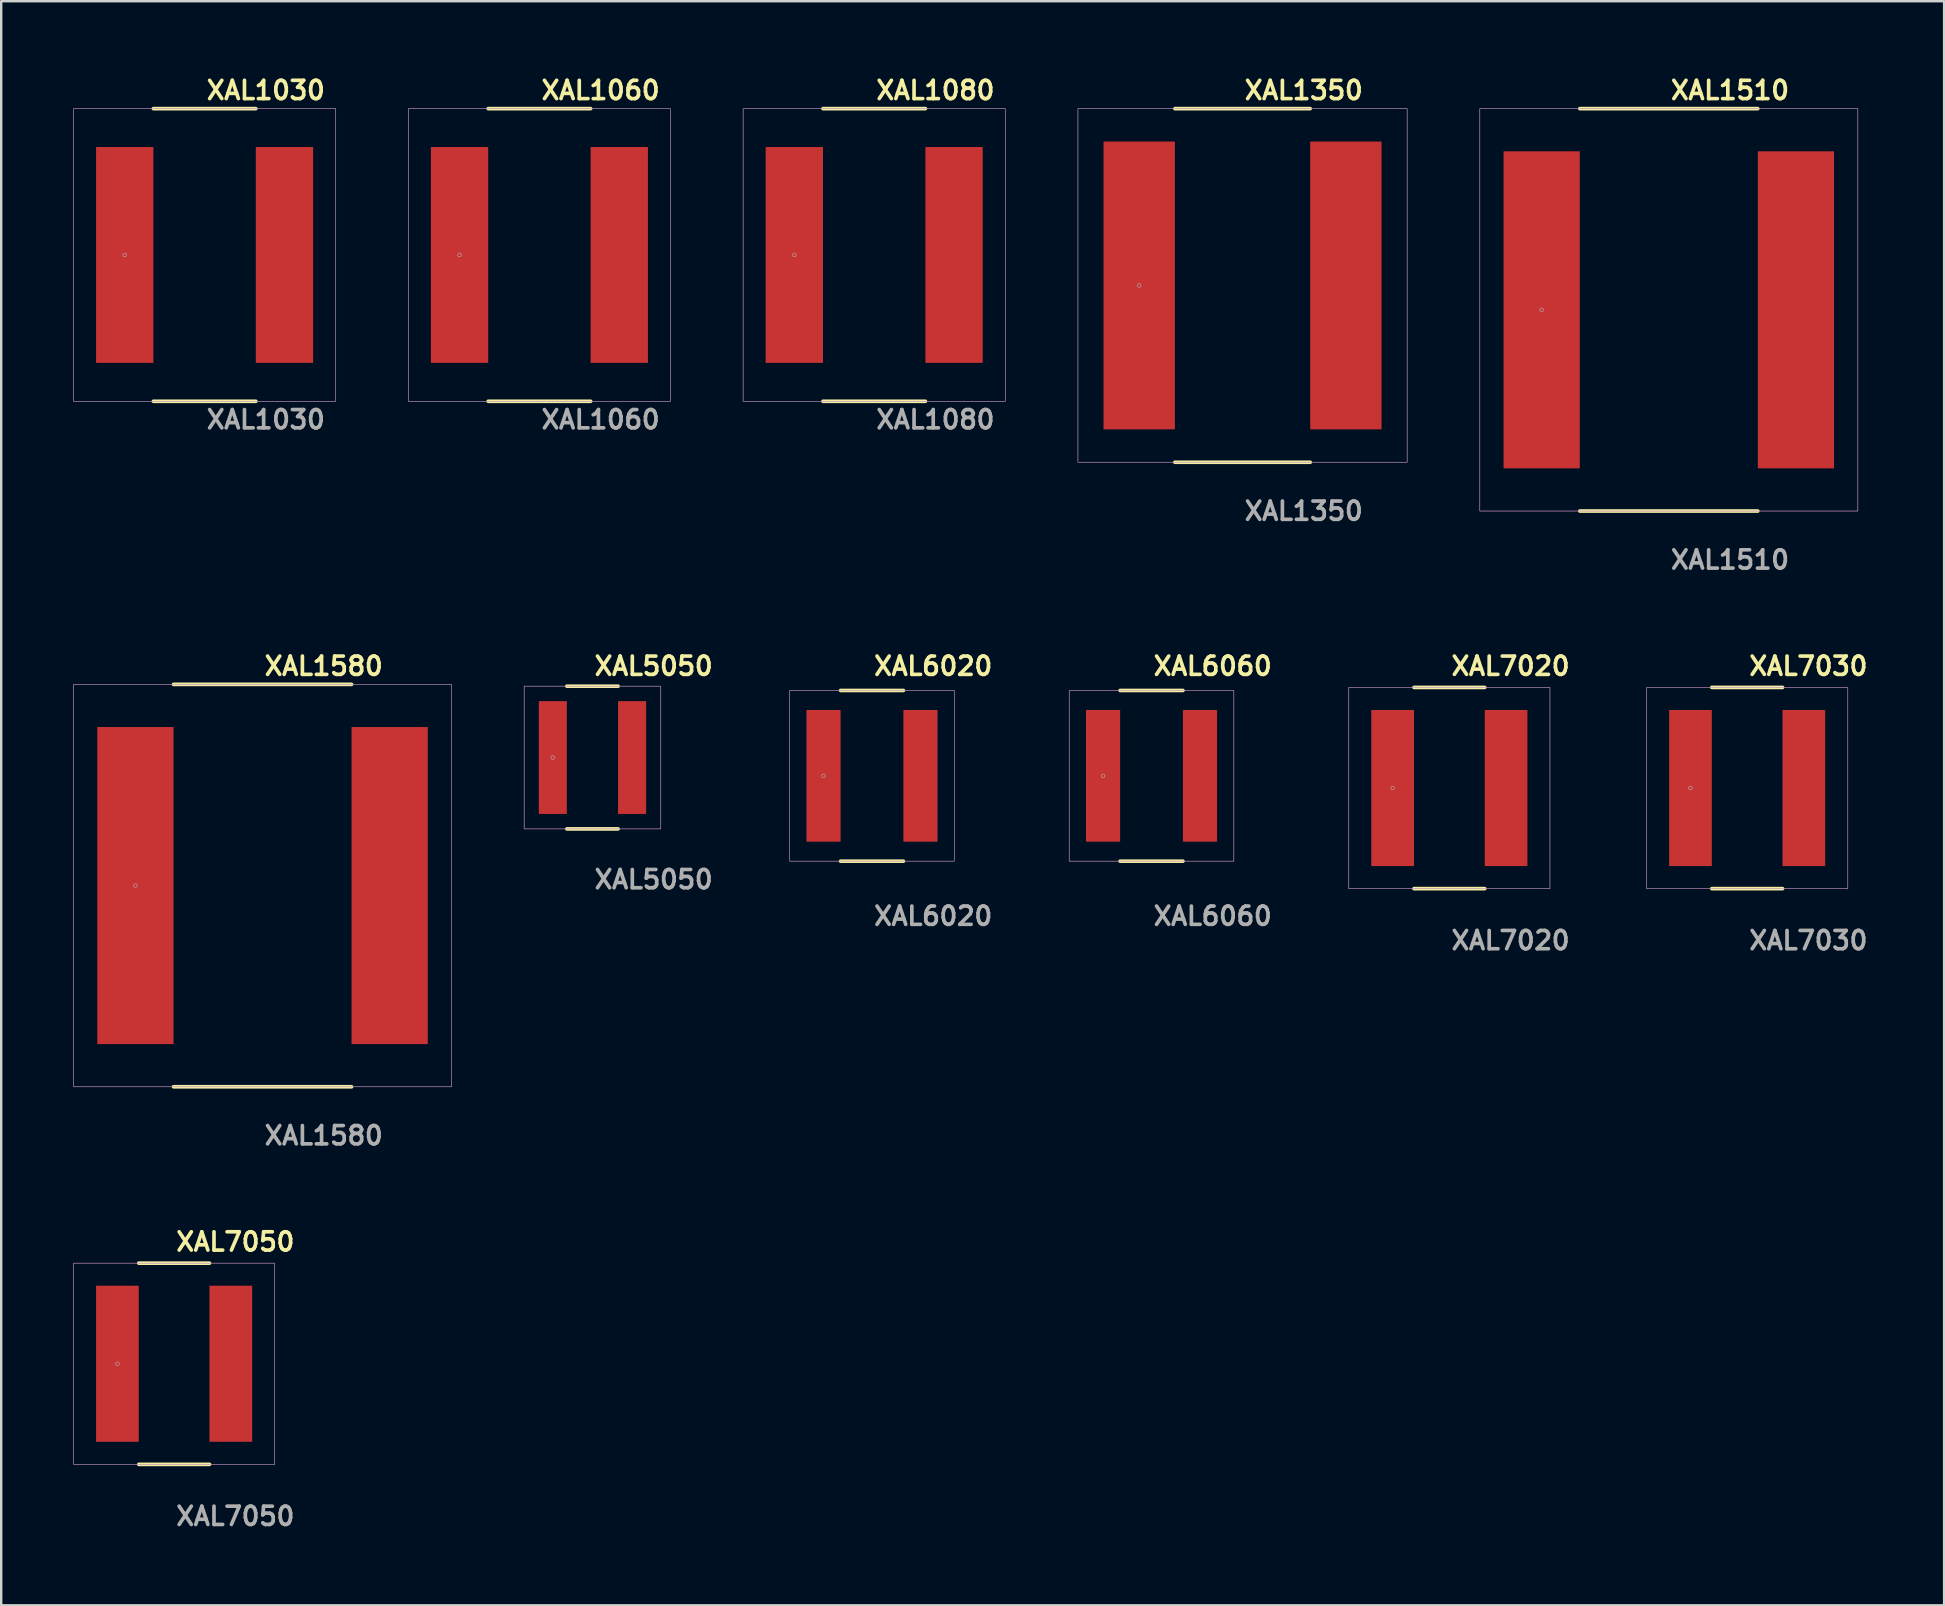
<source format=kicad_pcb>
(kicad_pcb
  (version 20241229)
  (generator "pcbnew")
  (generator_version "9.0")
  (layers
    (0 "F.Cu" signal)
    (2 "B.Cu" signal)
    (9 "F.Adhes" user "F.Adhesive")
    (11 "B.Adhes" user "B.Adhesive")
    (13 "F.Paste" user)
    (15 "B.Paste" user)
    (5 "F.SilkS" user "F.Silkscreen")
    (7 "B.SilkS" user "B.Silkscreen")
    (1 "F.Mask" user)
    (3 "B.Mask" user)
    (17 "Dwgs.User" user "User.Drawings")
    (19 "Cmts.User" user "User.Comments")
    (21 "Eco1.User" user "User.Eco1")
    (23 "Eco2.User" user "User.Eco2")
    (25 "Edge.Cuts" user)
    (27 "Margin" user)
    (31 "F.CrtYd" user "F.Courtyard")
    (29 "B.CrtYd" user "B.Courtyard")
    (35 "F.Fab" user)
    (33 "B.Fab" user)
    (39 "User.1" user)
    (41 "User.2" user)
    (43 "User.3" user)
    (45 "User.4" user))
  (footprint "XAL1080"
    (layer "F.Cu")
    (at 33.368 7.571)
    (property "Reference" "XAL1080" (at 0 -6.858 0) (unlocked yes) (layer "F.SilkS") (effects (font (size 0.762 0.762) (thickness 0.152)) (justify left)))
    (attr smd)
    (fp_line (start 2.134 -6.096) (end -2.134 -6.096) (stroke (width 0.152) (type solid)) (layer "F.SilkS"))
    (fp_line (start 2.134 6.096) (end -2.134 6.096) (stroke (width 0.152) (type solid)) (layer "F.SilkS"))
    (fp_rect (start -5.461 -6.096) (end 5.461 6.096) (stroke (width 0.006) (type default)) (fill no) (layer "F.CrtYd"))
    (fp_rect (start -5.461 -6.096) (end 5.461 6.096) (stroke (width 0.025) (type default)) (fill no) (layer "F.Fab"))
    (fp_circle (center -3.327 0) (end -3.251 0) (stroke (width 0.025) (type solid)) (fill no) (layer "F.Fab"))
    (fp_text user "${REFERENCE}" (at 0 6.858 0) (unlocked yes) (layer "F.Fab") (effects (font (size 0.762 0.762) (thickness 0.152)) (justify left)))
    (pad "1" smd rect (at -3.327 0) (size 2.388 8.992) (layers "F.Cu" "F.Mask" "F.Paste"))
    (pad "2" smd rect (at 3.327 0) (size 2.388 8.992) (layers "F.Cu" "F.Mask" "F.Paste")))
  (footprint "XAL1030"
    (layer "F.Cu")
    (at 5.474 7.571)
    (property "Reference" "XAL1030" (at 0 -6.858 0) (unlocked yes) (layer "F.SilkS") (effects (font (size 0.762 0.762) (thickness 0.152)) (justify left)))
    (attr smd)
    (fp_line (start 2.134 -6.096) (end -2.134 -6.096) (stroke (width 0.152) (type solid)) (layer "F.SilkS"))
    (fp_line (start 2.134 6.096) (end -2.134 6.096) (stroke (width 0.152) (type solid)) (layer "F.SilkS"))
    (fp_rect (start -5.461 -6.096) (end 5.461 6.096) (stroke (width 0.006) (type default)) (fill no) (layer "F.CrtYd"))
    (fp_rect (start -5.461 -6.096) (end 5.461 6.096) (stroke (width 0.025) (type default)) (fill no) (layer "F.Fab"))
    (fp_circle (center -3.327 0) (end -3.251 0) (stroke (width 0.025) (type solid)) (fill no) (layer "F.Fab"))
    (fp_text user "${REFERENCE}" (at 0 6.858 0) (unlocked yes) (layer "F.Fab") (effects (font (size 0.762 0.762) (thickness 0.152)) (justify left)))
    (pad "1" smd rect (at -3.327 0) (size 2.388 8.992) (layers "F.Cu" "F.Mask" "F.Paste"))
    (pad "2" smd rect (at 3.327 0) (size 2.388 8.992) (layers "F.Cu" "F.Mask" "F.Paste")))
  (footprint "XAL1510"
    (layer "F.Cu")
    (at 66.47 9.857)
    (property "Reference" "XAL1510" (at 0 -9.144 0) (unlocked yes) (layer "F.SilkS") (effects (font (size 0.762 0.762) (thickness 0.152)) (justify left)))
    (fp_line (start 3.708 -8.382) (end -3.708 -8.382) (stroke (width 0.152) (type solid)) (layer "F.SilkS"))
    (fp_line (start 3.708 8.382) (end -3.708 8.382) (stroke (width 0.152) (type solid)) (layer "F.SilkS"))
    (fp_rect (start -7.874 -8.382) (end 7.874 8.382) (stroke (width 0.006) (type solid)) (fill no) (layer "F.CrtYd"))
    (fp_rect (start -7.874 -8.382) (end 7.874 8.382) (stroke (width 0.025) (type default)) (fill no) (layer "F.Fab"))
    (fp_circle (center -5.296 0) (end -5.22 0) (stroke (width 0.025) (type solid)) (fill no) (layer "F.Fab"))
    (fp_text user "${REFERENCE}" (at 0 10.414 0) (unlocked yes) (layer "F.Fab") (effects (font (size 0.762 0.762) (thickness 0.152)) (justify left)))
    (pad "1" smd rect (at -5.296 0) (size 3.175 13.208) (layers "F.Cu" "F.Mask" "F.Paste"))
    (pad "2" smd rect (at 5.296 0) (size 3.175 13.208) (layers "F.Cu" "F.Mask" "F.Paste")))
  (footprint "XAL6020"
    (layer "F.Cu")
    (at 33.276 29.27)
    (property "Reference" "XAL6020" (at 0 -4.572 0) (unlocked yes) (layer "F.SilkS") (effects (font (size 0.762 0.762) (thickness 0.152)) (justify left)))
    (attr smd)
    (fp_line (start 1.308 -3.556) (end -1.308 -3.556) (stroke (width 0.152) (type solid)) (layer "F.SilkS"))
    (fp_line (start 1.308 3.556) (end -1.308 3.556) (stroke (width 0.152) (type solid)) (layer "F.SilkS"))
    (fp_rect (start -3.429 -3.556) (end 3.429 3.556) (stroke (width 0.006) (type default)) (fill no) (layer "F.CrtYd"))
    (fp_rect (start -3.429 -3.556) (end 3.429 3.556) (stroke (width 0.025) (type default)) (fill no) (layer "F.Fab"))
    (fp_circle (center -2.019 0) (end -1.943 0) (stroke (width 0.025) (type solid)) (fill no) (layer "F.Fab"))
    (fp_text user "${REFERENCE}" (at 0 5.842 0) (unlocked yes) (layer "F.Fab") (effects (font (size 0.762 0.762) (thickness 0.152)) (justify left)))
    (pad "1" smd rect (at -2.019 0) (size 1.422 5.486) (layers "F.Cu" "F.Mask" "F.Paste"))
    (pad "2" smd rect (at 2.019 0) (size 1.422 5.486) (layers "F.Cu" "F.Mask" "F.Paste")))
  (footprint "XAL6060"
    (layer "F.Cu")
    (at 44.921 29.27)
    (property "Reference" "XAL6060" (at 0 -4.572 0) (unlocked yes) (layer "F.SilkS") (effects (font (size 0.762 0.762) (thickness 0.152)) (justify left)))
    (attr smd)
    (fp_line (start 1.308 -3.556) (end -1.308 -3.556) (stroke (width 0.152) (type solid)) (layer "F.SilkS"))
    (fp_line (start 1.308 3.556) (end -1.308 3.556) (stroke (width 0.152) (type solid)) (layer "F.SilkS"))
    (fp_rect (start -3.429 -3.556) (end 3.429 3.556) (stroke (width 0.006) (type default)) (fill no) (layer "F.CrtYd"))
    (fp_rect (start -3.429 -3.556) (end 3.429 3.556) (stroke (width 0.025) (type default)) (fill no) (layer "F.Fab"))
    (fp_circle (center -2.019 0) (end -1.943 0) (stroke (width 0.025) (type solid)) (fill no) (layer "F.Fab"))
    (fp_text user "${REFERENCE}" (at 0 5.842 0) (unlocked yes) (layer "F.Fab") (effects (font (size 0.762 0.762) (thickness 0.152)) (justify left)))
    (pad "1" smd rect (at -2.019 0) (size 1.422 5.486) (layers "F.Cu" "F.Mask" "F.Paste"))
    (pad "2" smd rect (at 2.019 0) (size 1.422 5.486) (layers "F.Cu" "F.Mask" "F.Paste")))
  (footprint "XAL1060"
    (layer "F.Cu")
    (at 19.421 7.571)
    (property "Reference" "XAL1060" (at 0 -6.858 0) (unlocked yes) (layer "F.SilkS") (effects (font (size 0.762 0.762) (thickness 0.152)) (justify left)))
    (attr smd)
    (fp_line (start 2.134 -6.096) (end -2.134 -6.096) (stroke (width 0.152) (type solid)) (layer "F.SilkS"))
    (fp_line (start 2.134 6.096) (end -2.134 6.096) (stroke (width 0.152) (type solid)) (layer "F.SilkS"))
    (fp_rect (start -5.461 -6.096) (end 5.461 6.096) (stroke (width 0.006) (type default)) (fill no) (layer "F.CrtYd"))
    (fp_rect (start -5.461 -6.096) (end 5.461 6.096) (stroke (width 0.025) (type default)) (fill no) (layer "F.Fab"))
    (fp_circle (center -3.327 0) (end -3.251 0) (stroke (width 0.025) (type solid)) (fill no) (layer "F.Fab"))
    (fp_text user "${REFERENCE}" (at 0 6.858 0) (unlocked yes) (layer "F.Fab") (effects (font (size 0.762 0.762) (thickness 0.152)) (justify left)))
    (pad "1" smd rect (at -3.327 0) (size 2.388 8.992) (layers "F.Cu" "F.Mask" "F.Paste"))
    (pad "2" smd rect (at 3.327 0) (size 2.388 8.992) (layers "F.Cu" "F.Mask" "F.Paste")))
  (footprint "XAL7050"
    (layer "F.Cu")
    (at 4.204 53.762)
    (property "Reference" "XAL7050" (at 0 -5.08 0) (unlocked yes) (layer "F.SilkS") (effects (font (size 0.762 0.762) (thickness 0.152)) (justify left)))
    (attr smd)
    (fp_line (start 1.473 -4.191) (end -1.473 -4.191) (stroke (width 0.152) (type solid)) (layer "F.SilkS"))
    (fp_line (start 1.473 4.191) (end -1.473 4.191) (stroke (width 0.152) (type solid)) (layer "F.SilkS"))
    (fp_rect (start -4.191 -4.191) (end 4.191 4.191) (stroke (width 0.006) (type default)) (fill no) (layer "F.CrtYd"))
    (fp_rect (start -4.191 -4.191) (end 4.191 4.191) (stroke (width 0.025) (type default)) (fill no) (layer "F.Fab"))
    (fp_circle (center -2.362 0) (end -2.286 0) (stroke (width 0.025) (type solid)) (fill no) (layer "F.Fab"))
    (fp_text user "${REFERENCE}" (at 0 6.35 0) (unlocked yes) (layer "F.Fab") (effects (font (size 0.762 0.762) (thickness 0.152)) (justify left)))
    (pad "1" smd rect (at -2.362 0) (size 1.778 6.502) (layers "F.Cu" "F.Mask" "F.Paste"))
    (pad "2" smd rect (at 2.362 0) (size 1.778 6.502) (layers "F.Cu" "F.Mask" "F.Paste")))
  (footprint "XAL5050"
    (layer "F.Cu")
    (at 21.631 28.508)
    (property "Reference" "XAL5050" (at 0 -3.81 0) (unlocked yes) (layer "F.SilkS") (effects (font (size 0.762 0.762) (thickness 0.152)) (justify left)))
    (fp_line (start 1.067 -2.972) (end -1.067 -2.972) (stroke (width 0.152) (type solid)) (layer "F.SilkS"))
    (fp_line (start 1.067 2.972) (end -1.067 2.972) (stroke (width 0.152) (type solid)) (layer "F.SilkS"))
    (fp_rect (start -2.845 -2.972) (end 2.845 2.972) (stroke (width 0.006) (type solid)) (fill no) (layer "F.CrtYd"))
    (fp_rect (start -2.845 -2.972) (end 2.845 2.972) (stroke (width 0.025) (type default)) (fill no) (layer "F.Fab"))
    (fp_circle (center -1.651 0) (end -1.575 0) (stroke (width 0.025) (type solid)) (fill no) (layer "F.Fab"))
    (fp_text user "${REFERENCE}" (at 0 5.08 0) (unlocked yes) (layer "F.Fab") (effects (font (size 0.762 0.762) (thickness 0.152)) (justify left)))
    (pad "1" smd rect (at -1.651 0) (size 1.168 4.699) (layers "F.Cu" "F.Mask" "F.Paste"))
    (pad "2" smd rect (at 1.651 0) (size 1.168 4.699) (layers "F.Cu" "F.Mask" "F.Paste")))
  (footprint "XAL7030"
    (layer "F.Cu")
    (at 69.735 29.778)
    (property "Reference" "XAL7030" (at 0 -5.08 0) (unlocked yes) (layer "F.SilkS") (effects (font (size 0.762 0.762) (thickness 0.152)) (justify left)))
    (attr smd)
    (fp_line (start 1.473 -4.191) (end -1.473 -4.191) (stroke (width 0.152) (type solid)) (layer "F.SilkS"))
    (fp_line (start 1.473 4.191) (end -1.473 4.191) (stroke (width 0.152) (type solid)) (layer "F.SilkS"))
    (fp_rect (start -4.191 -4.191) (end 4.191 4.191) (stroke (width 0.006) (type default)) (fill no) (layer "F.CrtYd"))
    (fp_rect (start -4.191 -4.191) (end 4.191 4.191) (stroke (width 0.025) (type default)) (fill no) (layer "F.Fab"))
    (fp_circle (center -2.362 0) (end -2.286 0) (stroke (width 0.025) (type solid)) (fill no) (layer "F.Fab"))
    (fp_text user "${REFERENCE}" (at 0 6.35 0) (unlocked yes) (layer "F.Fab") (effects (font (size 0.762 0.762) (thickness 0.152)) (justify left)))
    (pad "1" smd rect (at -2.362 0) (size 1.778 6.502) (layers "F.Cu" "F.Mask" "F.Paste"))
    (pad "2" smd rect (at 2.362 0) (size 1.778 6.502) (layers "F.Cu" "F.Mask" "F.Paste")))
  (footprint "XAL1580"
    (layer "F.Cu")
    (at 7.887 33.842)
    (property "Reference" "XAL1580" (at 0 -9.144 0) (unlocked yes) (layer "F.SilkS") (effects (font (size 0.762 0.762) (thickness 0.152)) (justify left)))
    (attr smd)
    (fp_line (start 3.708 -8.382) (end -3.708 -8.382) (stroke (width 0.152) (type solid)) (layer "F.SilkS"))
    (fp_line (start 3.708 8.382) (end -3.708 8.382) (stroke (width 0.152) (type solid)) (layer "F.SilkS"))
    (fp_rect (start -7.874 -8.382) (end 7.874 8.382) (stroke (width 0.006) (type default)) (fill no) (layer "F.CrtYd"))
    (fp_rect (start -7.874 -8.382) (end 7.874 8.382) (stroke (width 0.025) (type default)) (fill no) (layer "F.Fab"))
    (fp_circle (center -5.296 0) (end -5.22 0) (stroke (width 0.025) (type solid)) (fill no) (layer "F.Fab"))
    (fp_text user "${REFERENCE}" (at 0 10.414 0) (unlocked yes) (layer "F.Fab") (effects (font (size 0.762 0.762) (thickness 0.152)) (justify left)))
    (pad "1" smd rect (at -5.296 0) (size 3.175 13.208) (layers "F.Cu" "F.Mask" "F.Paste"))
    (pad "2" smd rect (at 5.296 0) (size 3.175 13.208) (layers "F.Cu" "F.Mask" "F.Paste")))
  (footprint "XAL7020"
    (layer "F.Cu")
    (at 57.328 29.778)
    (property "Reference" "XAL7020" (at 0 -5.08 0) (unlocked yes) (layer "F.SilkS") (effects (font (size 0.762 0.762) (thickness 0.152)) (justify left)))
    (attr smd)
    (fp_line (start 1.473 -4.191) (end -1.473 -4.191) (stroke (width 0.152) (type solid)) (layer "F.SilkS"))
    (fp_line (start 1.473 4.191) (end -1.473 4.191) (stroke (width 0.152) (type solid)) (layer "F.SilkS"))
    (fp_rect (start -4.191 -4.191) (end 4.191 4.191) (stroke (width 0.006) (type default)) (fill no) (layer "F.CrtYd"))
    (fp_rect (start -4.191 -4.191) (end 4.191 4.191) (stroke (width 0.025) (type default)) (fill no) (layer "F.Fab"))
    (fp_circle (center -2.362 0) (end -2.286 0) (stroke (width 0.025) (type solid)) (fill no) (layer "F.Fab"))
    (fp_text user "${REFERENCE}" (at 0 6.35 0) (unlocked yes) (layer "F.Fab") (effects (font (size 0.762 0.762) (thickness 0.152)) (justify left)))
    (pad "1" smd rect (at -2.362 0) (size 1.778 6.502) (layers "F.Cu" "F.Mask" "F.Paste"))
    (pad "2" smd rect (at 2.362 0) (size 1.778 6.502) (layers "F.Cu" "F.Mask" "F.Paste")))
  (footprint "XAL1350"
    (layer "F.Cu")
    (at 48.713 8.841)
    (property "Reference" "XAL1350" (at 0 -8.128 0) (unlocked yes) (layer "F.SilkS") (effects (font (size 0.762 0.762) (thickness 0.152)) (justify left)))
    (attr smd)
    (fp_line (start 2.819 -7.366) (end -2.819 -7.366) (stroke (width 0.152) (type solid)) (layer "F.SilkS"))
    (fp_line (start 2.819 7.366) (end -2.819 7.366) (stroke (width 0.152) (type solid)) (layer "F.SilkS"))
    (fp_rect (start -6.858 -7.366) (end 6.858 7.366) (stroke (width 0.006) (type default)) (fill no) (layer "F.CrtYd"))
    (fp_rect (start -6.858 -7.366) (end 6.858 7.366) (stroke (width 0.025) (type default)) (fill no) (layer "F.Fab"))
    (fp_circle (center -4.305 0) (end -4.229 0) (stroke (width 0.025) (type solid)) (fill no) (layer "F.Fab"))
    (fp_text user "${REFERENCE}" (at 0 9.398 0) (unlocked yes) (layer "F.Fab") (effects (font (size 0.762 0.762) (thickness 0.152)) (justify left)))
    (pad "1" smd rect (at -4.305 0) (size 2.972 11.989) (layers "F.Cu" "F.Mask" "F.Paste"))
    (pad "2" smd rect (at 4.305 0) (size 2.972 11.989) (layers "F.Cu" "F.Mask" "F.Paste")))
  (gr_rect
    (start -3 -3)
    (end 77.939 63.825)
    (stroke (width 0.1) (type default))
    (fill no)
    (layer "Edge.Cuts")))
</source>
